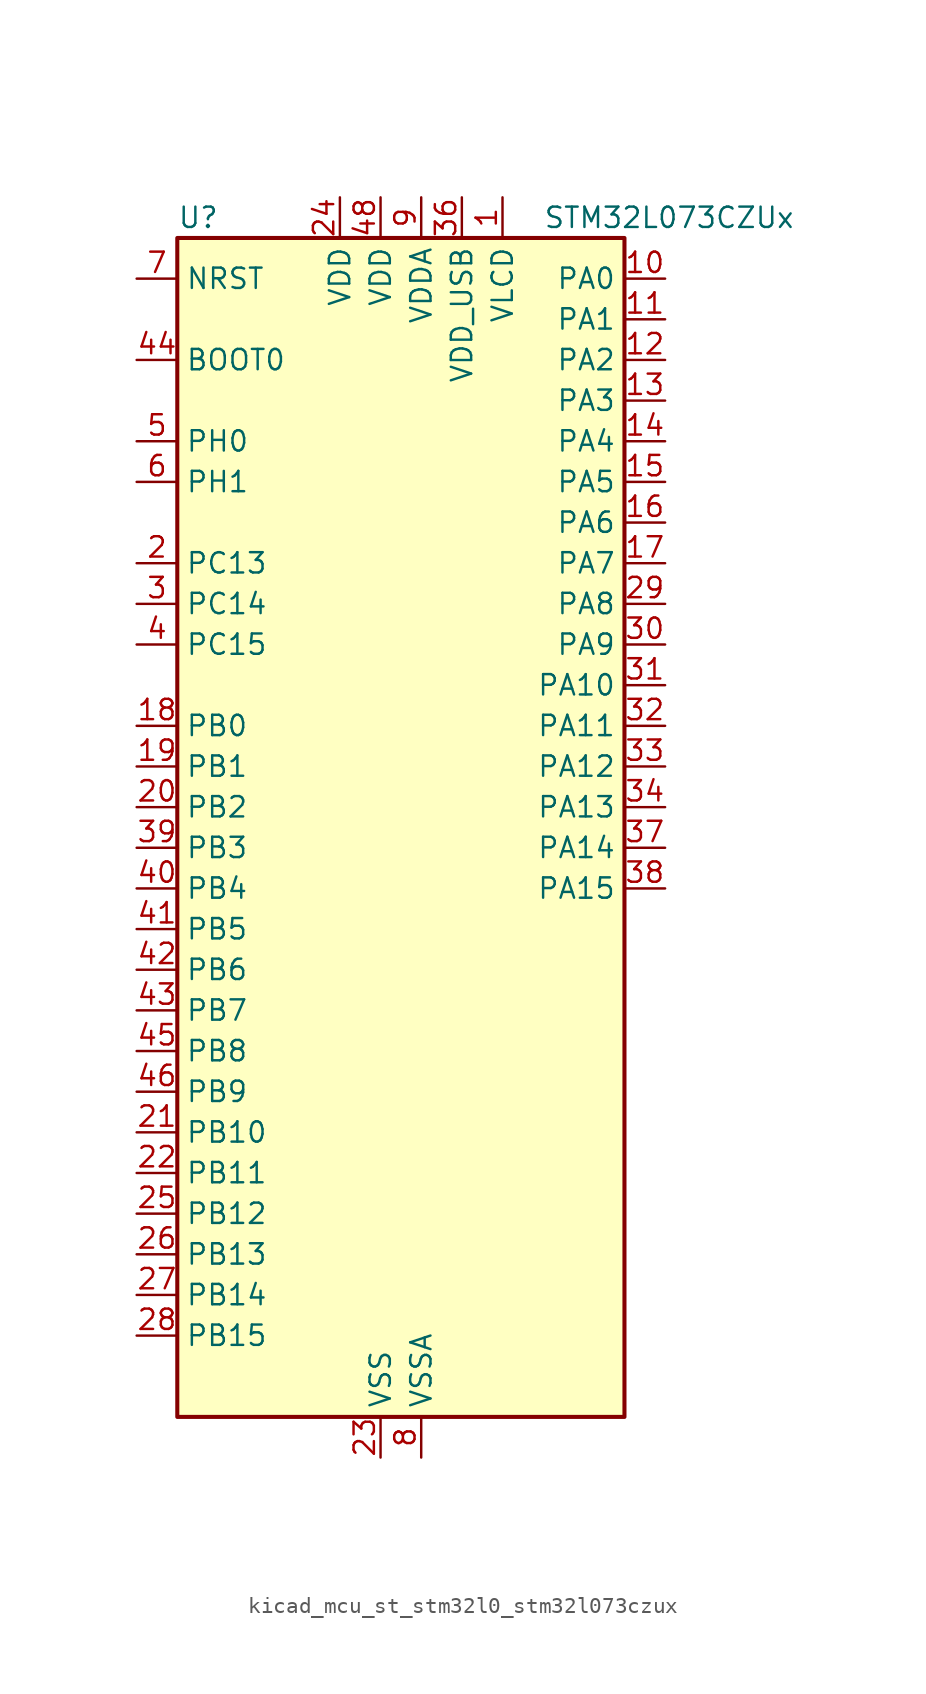
<source format=kicad_sym>
(kicad_symbol_lib
  (version 20220914)
  (generator kicad_symbol_editor)
  (symbol "kicad_mcu_st_stm32l0_stm32l073czux"
    (property "Reference" "U"
      (at -12.7 39.37 0)
      (effects (font (size 1.27 1.27)) (justify left)))
    (property "Value" "STM32L073CZUx"
      (at 10.16 39.37 0)
      (effects (font (size 1.27 1.27)) (justify left)))
    (property "ki_locked" ""
      (at 0 0 0)
      (effects (font (size 1.27 1.27))))
    (symbol "kicad_mcu_st_stm32l0_stm32l073czux_0_1"
      (rectangle (start -12.7 -35.56) (end 15.24 38.1) (stroke (width 0.254) (type default)) (fill (type background))))
    (symbol "kicad_mcu_st_stm32l0_stm32l073czux_1_1"
      (pin power_in line (at 7.62 40.64 270) (length 2.54) (name "VLCD" (effects (font (size 1.27 1.27)))) (number "1" (effects (font (size 1.27 1.27)))))
      (pin bidirectional line (at 17.78 35.56 180) (length 2.54) (name "PA0" (effects (font (size 1.27 1.27)))) (number "10" (effects (font (size 1.27 1.27)))) (alternate "ADC_IN0" bidirectional line) (alternate "COMP1_INM" bidirectional line) (alternate "COMP1_OUT" bidirectional line) (alternate "RTC_TAMP2" bidirectional line) (alternate "SYS_WKUP1" bidirectional line) (alternate "TIM2_CH1" bidirectional line) (alternate "TIM2_ETR" bidirectional line) (alternate "TSC_G1_IO1" bidirectional line) (alternate "USART2_CTS" bidirectional line) (alternate "USART4_TX" bidirectional line))
      (pin bidirectional line (at 17.78 33.02 180) (length 2.54) (name "PA1" (effects (font (size 1.27 1.27)))) (number "11" (effects (font (size 1.27 1.27)))) (alternate "ADC_IN1" bidirectional line) (alternate "COMP1_INP" bidirectional line) (alternate "LCD_SEG0" bidirectional line) (alternate "TIM21_ETR" bidirectional line) (alternate "TIM2_CH2" bidirectional line) (alternate "TSC_G1_IO2" bidirectional line) (alternate "USART2_DE" bidirectional line) (alternate "USART2_RTS" bidirectional line) (alternate "USART4_RX" bidirectional line))
      (pin bidirectional line (at 17.78 30.48 180) (length 2.54) (name "PA2" (effects (font (size 1.27 1.27)))) (number "12" (effects (font (size 1.27 1.27)))) (alternate "ADC_IN2" bidirectional line) (alternate "COMP2_INM" bidirectional line) (alternate "COMP2_OUT" bidirectional line) (alternate "LCD_SEG1" bidirectional line) (alternate "LPUART1_TX" bidirectional line) (alternate "TIM21_CH1" bidirectional line) (alternate "TIM2_CH3" bidirectional line) (alternate "TSC_G1_IO3" bidirectional line) (alternate "USART2_TX" bidirectional line))
      (pin bidirectional line (at 17.78 27.94 180) (length 2.54) (name "PA3" (effects (font (size 1.27 1.27)))) (number "13" (effects (font (size 1.27 1.27)))) (alternate "ADC_IN3" bidirectional line) (alternate "COMP2_INP" bidirectional line) (alternate "LCD_SEG2" bidirectional line) (alternate "LPUART1_RX" bidirectional line) (alternate "TIM21_CH2" bidirectional line) (alternate "TIM2_CH4" bidirectional line) (alternate "TSC_G1_IO4" bidirectional line) (alternate "USART2_RX" bidirectional line))
      (pin bidirectional line (at 17.78 25.4 180) (length 2.54) (name "PA4" (effects (font (size 1.27 1.27)))) (number "14" (effects (font (size 1.27 1.27)))) (alternate "ADC_IN4" bidirectional line) (alternate "COMP1_INM" bidirectional line) (alternate "COMP2_INM" bidirectional line) (alternate "DAC_OUT1" bidirectional line) (alternate "SPI1_NSS" bidirectional line) (alternate "TIM22_ETR" bidirectional line) (alternate "TSC_G2_IO1" bidirectional line) (alternate "USART2_CK" bidirectional line))
      (pin bidirectional line (at 17.78 22.86 180) (length 2.54) (name "PA5" (effects (font (size 1.27 1.27)))) (number "15" (effects (font (size 1.27 1.27)))) (alternate "ADC_IN5" bidirectional line) (alternate "COMP1_INM" bidirectional line) (alternate "COMP2_INM" bidirectional line) (alternate "DAC_OUT2" bidirectional line) (alternate "SPI1_SCK" bidirectional line) (alternate "TIM2_CH1" bidirectional line) (alternate "TIM2_ETR" bidirectional line) (alternate "TSC_G2_IO2" bidirectional line))
      (pin bidirectional line (at 17.78 20.32 180) (length 2.54) (name "PA6" (effects (font (size 1.27 1.27)))) (number "16" (effects (font (size 1.27 1.27)))) (alternate "ADC_IN6" bidirectional line) (alternate "COMP1_OUT" bidirectional line) (alternate "LCD_SEG3" bidirectional line) (alternate "LPUART1_CTS" bidirectional line) (alternate "SPI1_MISO" bidirectional line) (alternate "TIM22_CH1" bidirectional line) (alternate "TIM3_CH1" bidirectional line) (alternate "TSC_G2_IO3" bidirectional line))
      (pin bidirectional line (at 17.78 17.78 180) (length 2.54) (name "PA7" (effects (font (size 1.27 1.27)))) (number "17" (effects (font (size 1.27 1.27)))) (alternate "ADC_IN7" bidirectional line) (alternate "COMP2_OUT" bidirectional line) (alternate "LCD_SEG4" bidirectional line) (alternate "SPI1_MOSI" bidirectional line) (alternate "TIM22_CH2" bidirectional line) (alternate "TIM3_CH2" bidirectional line) (alternate "TSC_G2_IO4" bidirectional line))
      (pin bidirectional line (at -15.24 7.62 0) (length 2.54) (name "PB0" (effects (font (size 1.27 1.27)))) (number "18" (effects (font (size 1.27 1.27)))) (alternate "ADC_IN8" bidirectional line) (alternate "LCD_SEG5" bidirectional line) (alternate "LCD_VLCD3" bidirectional line) (alternate "SYS_VREF_OUT_PB0" bidirectional line) (alternate "TIM3_CH3" bidirectional line) (alternate "TSC_G3_IO2" bidirectional line))
      (pin bidirectional line (at -15.24 5.08 0) (length 2.54) (name "PB1" (effects (font (size 1.27 1.27)))) (number "19" (effects (font (size 1.27 1.27)))) (alternate "ADC_IN9" bidirectional line) (alternate "LCD_SEG6" bidirectional line) (alternate "LPUART1_DE" bidirectional line) (alternate "LPUART1_RTS" bidirectional line) (alternate "SYS_VREF_OUT_PB1" bidirectional line) (alternate "TIM3_CH4" bidirectional line) (alternate "TSC_G3_IO3" bidirectional line))
      (pin bidirectional line (at -15.24 17.78 0) (length 2.54) (name "PC13" (effects (font (size 1.27 1.27)))) (number "2" (effects (font (size 1.27 1.27)))) (alternate "RTC_OUT_ALARM" bidirectional line) (alternate "RTC_OUT_CALIB" bidirectional line) (alternate "RTC_TAMP1" bidirectional line) (alternate "RTC_TS" bidirectional line) (alternate "SYS_WKUP2" bidirectional line))
      (pin bidirectional line (at -15.24 2.54 0) (length 2.54) (name "PB2" (effects (font (size 1.27 1.27)))) (number "20" (effects (font (size 1.27 1.27)))) (alternate "I2C3_SMBA" bidirectional line) (alternate "LCD_VLCD2" bidirectional line) (alternate "LPTIM1_OUT" bidirectional line) (alternate "TSC_G3_IO4" bidirectional line))
      (pin bidirectional line (at -15.24 -17.78 0) (length 2.54) (name "PB10" (effects (font (size 1.27 1.27)))) (number "21" (effects (font (size 1.27 1.27)))) (alternate "I2C2_SCL" bidirectional line) (alternate "LCD_SEG10" bidirectional line) (alternate "LPUART1_RX" bidirectional line) (alternate "LPUART1_TX" bidirectional line) (alternate "SPI2_SCK" bidirectional line) (alternate "TIM2_CH3" bidirectional line) (alternate "TSC_SYNC" bidirectional line))
      (pin bidirectional line (at -15.24 -20.32 0) (length 2.54) (name "PB11" (effects (font (size 1.27 1.27)))) (number "22" (effects (font (size 1.27 1.27)))) (alternate "ADC_EXTI11" bidirectional line) (alternate "I2C2_SDA" bidirectional line) (alternate "LCD_SEG11" bidirectional line) (alternate "LPUART1_RX" bidirectional line) (alternate "LPUART1_TX" bidirectional line) (alternate "TIM2_CH4" bidirectional line) (alternate "TSC_G6_IO1" bidirectional line))
      (pin power_in line (at 0 -38.1 90) (length 2.54) (name "VSS" (effects (font (size 1.27 1.27)))) (number "23" (effects (font (size 1.27 1.27)))))
      (pin power_in line (at -2.54 40.64 270) (length 2.54) (name "VDD" (effects (font (size 1.27 1.27)))) (number "24" (effects (font (size 1.27 1.27)))))
      (pin bidirectional line (at -15.24 -22.86 0) (length 2.54) (name "PB12" (effects (font (size 1.27 1.27)))) (number "25" (effects (font (size 1.27 1.27)))) (alternate "I2S2_WS" bidirectional line) (alternate "LCD_SEG12" bidirectional line) (alternate "LCD_VLCD2" bidirectional line) (alternate "LPUART1_DE" bidirectional line) (alternate "LPUART1_RTS" bidirectional line) (alternate "SPI2_NSS" bidirectional line) (alternate "TSC_G6_IO2" bidirectional line))
      (pin bidirectional line (at -15.24 -25.4 0) (length 2.54) (name "PB13" (effects (font (size 1.27 1.27)))) (number "26" (effects (font (size 1.27 1.27)))) (alternate "I2C2_SCL" bidirectional line) (alternate "I2S2_CK" bidirectional line) (alternate "LCD_SEG13" bidirectional line) (alternate "LPUART1_CTS" bidirectional line) (alternate "RCC_MCO" bidirectional line) (alternate "SPI2_SCK" bidirectional line) (alternate "TIM21_CH1" bidirectional line) (alternate "TSC_G6_IO3" bidirectional line))
      (pin bidirectional line (at -15.24 -27.94 0) (length 2.54) (name "PB14" (effects (font (size 1.27 1.27)))) (number "27" (effects (font (size 1.27 1.27)))) (alternate "I2C2_SDA" bidirectional line) (alternate "I2S2_MCK" bidirectional line) (alternate "LCD_SEG14" bidirectional line) (alternate "LPUART1_DE" bidirectional line) (alternate "LPUART1_RTS" bidirectional line) (alternate "RTC_OUT_ALARM" bidirectional line) (alternate "RTC_OUT_CALIB" bidirectional line) (alternate "SPI2_MISO" bidirectional line) (alternate "TIM21_CH2" bidirectional line) (alternate "TSC_G6_IO4" bidirectional line))
      (pin bidirectional line (at -15.24 -30.48 0) (length 2.54) (name "PB15" (effects (font (size 1.27 1.27)))) (number "28" (effects (font (size 1.27 1.27)))) (alternate "I2S2_SD" bidirectional line) (alternate "LCD_SEG15" bidirectional line) (alternate "RTC_REFIN" bidirectional line) (alternate "SPI2_MOSI" bidirectional line))
      (pin bidirectional line (at 17.78 15.24 180) (length 2.54) (name "PA8" (effects (font (size 1.27 1.27)))) (number "29" (effects (font (size 1.27 1.27)))) (alternate "CRS_SYNC" bidirectional line) (alternate "I2C3_SCL" bidirectional line) (alternate "LCD_COM0" bidirectional line) (alternate "RCC_MCO" bidirectional line) (alternate "USART1_CK" bidirectional line))
      (pin bidirectional line (at -15.24 15.24 0) (length 2.54) (name "PC14" (effects (font (size 1.27 1.27)))) (number "3" (effects (font (size 1.27 1.27)))) (alternate "RCC_OSC32_IN" bidirectional line))
      (pin bidirectional line (at 17.78 12.7 180) (length 2.54) (name "PA9" (effects (font (size 1.27 1.27)))) (number "30" (effects (font (size 1.27 1.27)))) (alternate "DAC_EXTI9" bidirectional line) (alternate "I2C1_SCL" bidirectional line) (alternate "I2C3_SMBA" bidirectional line) (alternate "LCD_COM1" bidirectional line) (alternate "RCC_MCO" bidirectional line) (alternate "TSC_G4_IO1" bidirectional line) (alternate "USART1_TX" bidirectional line))
      (pin bidirectional line (at 17.78 10.16 180) (length 2.54) (name "PA10" (effects (font (size 1.27 1.27)))) (number "31" (effects (font (size 1.27 1.27)))) (alternate "I2C1_SDA" bidirectional line) (alternate "LCD_COM2" bidirectional line) (alternate "TSC_G4_IO2" bidirectional line) (alternate "USART1_RX" bidirectional line))
      (pin bidirectional line (at 17.78 7.62 180) (length 2.54) (name "PA11" (effects (font (size 1.27 1.27)))) (number "32" (effects (font (size 1.27 1.27)))) (alternate "ADC_EXTI11" bidirectional line) (alternate "COMP1_OUT" bidirectional line) (alternate "SPI1_MISO" bidirectional line) (alternate "TSC_G4_IO3" bidirectional line) (alternate "USART1_CTS" bidirectional line) (alternate "USB_DM" bidirectional line))
      (pin bidirectional line (at 17.78 5.08 180) (length 2.54) (name "PA12" (effects (font (size 1.27 1.27)))) (number "33" (effects (font (size 1.27 1.27)))) (alternate "COMP2_OUT" bidirectional line) (alternate "SPI1_MOSI" bidirectional line) (alternate "TSC_G4_IO4" bidirectional line) (alternate "USART1_DE" bidirectional line) (alternate "USART1_RTS" bidirectional line) (alternate "USB_DP" bidirectional line))
      (pin bidirectional line (at 17.78 2.54 180) (length 2.54) (name "PA13" (effects (font (size 1.27 1.27)))) (number "34" (effects (font (size 1.27 1.27)))) (alternate "LPUART1_RX" bidirectional line) (alternate "SYS_SWDIO" bidirectional line) (alternate "USB_NOE" bidirectional line))
      (pin passive line (at 0 -38.1 90) (length 2.54) hide (name "VSS" (effects (font (size 1.27 1.27)))) (number "35" (effects (font (size 1.27 1.27)))))
      (pin power_in line (at 5.08 40.64 270) (length 2.54) (name "VDD_USB" (effects (font (size 1.27 1.27)))) (number "36" (effects (font (size 1.27 1.27)))))
      (pin bidirectional line (at 17.78 0 180) (length 2.54) (name "PA14" (effects (font (size 1.27 1.27)))) (number "37" (effects (font (size 1.27 1.27)))) (alternate "LPUART1_TX" bidirectional line) (alternate "SYS_SWCLK" bidirectional line) (alternate "USART2_TX" bidirectional line))
      (pin bidirectional line (at 17.78 -2.54 180) (length 2.54) (name "PA15" (effects (font (size 1.27 1.27)))) (number "38" (effects (font (size 1.27 1.27)))) (alternate "LCD_SEG17" bidirectional line) (alternate "SPI1_NSS" bidirectional line) (alternate "TIM2_CH1" bidirectional line) (alternate "TIM2_ETR" bidirectional line) (alternate "USART2_RX" bidirectional line) (alternate "USART4_DE" bidirectional line) (alternate "USART4_RTS" bidirectional line))
      (pin bidirectional line (at -15.24 0 0) (length 2.54) (name "PB3" (effects (font (size 1.27 1.27)))) (number "39" (effects (font (size 1.27 1.27)))) (alternate "COMP2_INM" bidirectional line) (alternate "LCD_SEG7" bidirectional line) (alternate "SPI1_SCK" bidirectional line) (alternate "TIM2_CH2" bidirectional line) (alternate "TSC_G5_IO1" bidirectional line) (alternate "USART1_DE" bidirectional line) (alternate "USART1_RTS" bidirectional line) (alternate "USART5_TX" bidirectional line))
      (pin bidirectional line (at -15.24 12.7 0) (length 2.54) (name "PC15" (effects (font (size 1.27 1.27)))) (number "4" (effects (font (size 1.27 1.27)))) (alternate "RCC_OSC32_OUT" bidirectional line))
      (pin bidirectional line (at -15.24 -2.54 0) (length 2.54) (name "PB4" (effects (font (size 1.27 1.27)))) (number "40" (effects (font (size 1.27 1.27)))) (alternate "COMP2_INP" bidirectional line) (alternate "I2C3_SDA" bidirectional line) (alternate "LCD_SEG8" bidirectional line) (alternate "SPI1_MISO" bidirectional line) (alternate "TIM22_CH1" bidirectional line) (alternate "TIM3_CH1" bidirectional line) (alternate "TSC_G5_IO2" bidirectional line) (alternate "USART1_CTS" bidirectional line) (alternate "USART5_RX" bidirectional line))
      (pin bidirectional line (at -15.24 -5.08 0) (length 2.54) (name "PB5" (effects (font (size 1.27 1.27)))) (number "41" (effects (font (size 1.27 1.27)))) (alternate "COMP2_INP" bidirectional line) (alternate "I2C1_SMBA" bidirectional line) (alternate "LCD_SEG9" bidirectional line) (alternate "LPTIM1_IN1" bidirectional line) (alternate "SPI1_MOSI" bidirectional line) (alternate "TIM22_CH2" bidirectional line) (alternate "TIM3_CH2" bidirectional line) (alternate "USART1_CK" bidirectional line) (alternate "USART5_CK" bidirectional line) (alternate "USART5_DE" bidirectional line) (alternate "USART5_RTS" bidirectional line))
      (pin bidirectional line (at -15.24 -7.62 0) (length 2.54) (name "PB6" (effects (font (size 1.27 1.27)))) (number "42" (effects (font (size 1.27 1.27)))) (alternate "COMP2_INP" bidirectional line) (alternate "I2C1_SCL" bidirectional line) (alternate "LPTIM1_ETR" bidirectional line) (alternate "TSC_G5_IO3" bidirectional line) (alternate "USART1_TX" bidirectional line))
      (pin bidirectional line (at -15.24 -10.16 0) (length 2.54) (name "PB7" (effects (font (size 1.27 1.27)))) (number "43" (effects (font (size 1.27 1.27)))) (alternate "COMP2_INP" bidirectional line) (alternate "I2C1_SDA" bidirectional line) (alternate "LPTIM1_IN2" bidirectional line) (alternate "SYS_PVD_IN" bidirectional line) (alternate "TSC_G5_IO4" bidirectional line) (alternate "USART1_RX" bidirectional line) (alternate "USART4_CTS" bidirectional line))
      (pin input line (at -15.24 30.48 0) (length 2.54) (name "BOOT0" (effects (font (size 1.27 1.27)))) (number "44" (effects (font (size 1.27 1.27)))))
      (pin bidirectional line (at -15.24 -12.7 0) (length 2.54) (name "PB8" (effects (font (size 1.27 1.27)))) (number "45" (effects (font (size 1.27 1.27)))) (alternate "I2C1_SCL" bidirectional line) (alternate "LCD_SEG16" bidirectional line) (alternate "TSC_SYNC" bidirectional line))
      (pin bidirectional line (at -15.24 -15.24 0) (length 2.54) (name "PB9" (effects (font (size 1.27 1.27)))) (number "46" (effects (font (size 1.27 1.27)))) (alternate "DAC_EXTI9" bidirectional line) (alternate "I2C1_SDA" bidirectional line) (alternate "I2S2_WS" bidirectional line) (alternate "LCD_COM3" bidirectional line) (alternate "SPI2_NSS" bidirectional line))
      (pin passive line (at 0 -38.1 90) (length 2.54) hide (name "VSS" (effects (font (size 1.27 1.27)))) (number "47" (effects (font (size 1.27 1.27)))))
      (pin power_in line (at 0 40.64 270) (length 2.54) (name "VDD" (effects (font (size 1.27 1.27)))) (number "48" (effects (font (size 1.27 1.27)))))
      (pin passive line (at 0 -38.1 90) (length 2.54) hide (name "VSS" (effects (font (size 1.27 1.27)))) (number "49" (effects (font (size 1.27 1.27)))))
      (pin bidirectional line (at -15.24 25.4 0) (length 2.54) (name "PH0" (effects (font (size 1.27 1.27)))) (number "5" (effects (font (size 1.27 1.27)))) (alternate "CRS_SYNC" bidirectional line) (alternate "RCC_OSC_IN" bidirectional line))
      (pin bidirectional line (at -15.24 22.86 0) (length 2.54) (name "PH1" (effects (font (size 1.27 1.27)))) (number "6" (effects (font (size 1.27 1.27)))) (alternate "RCC_OSC_OUT" bidirectional line))
      (pin input line (at -15.24 35.56 0) (length 2.54) (name "NRST" (effects (font (size 1.27 1.27)))) (number "7" (effects (font (size 1.27 1.27)))))
      (pin power_in line (at 2.54 -38.1 90) (length 2.54) (name "VSSA" (effects (font (size 1.27 1.27)))) (number "8" (effects (font (size 1.27 1.27)))))
      (pin power_in line (at 2.54 40.64 270) (length 2.54) (name "VDDA" (effects (font (size 1.27 1.27)))) (number "9" (effects (font (size 1.27 1.27))))))))
</source>
